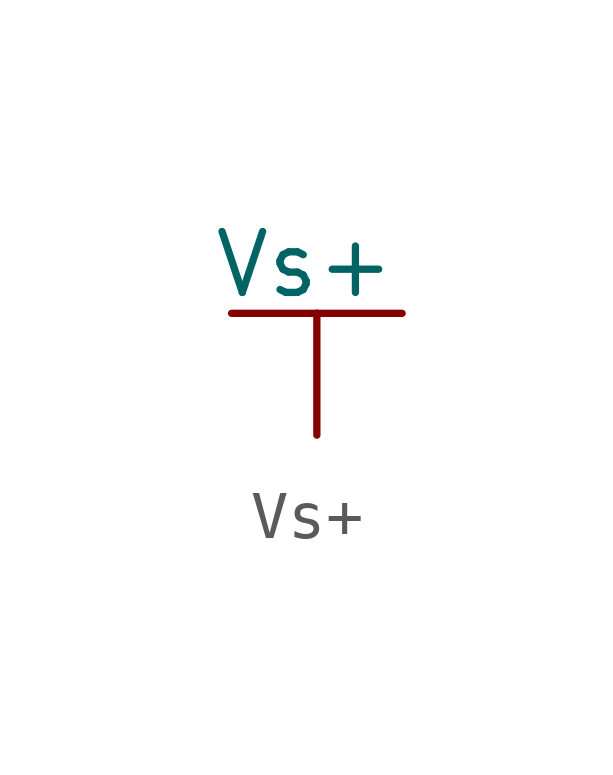
<source format=kicad_sym>
(kicad_symbol_lib
  (version 20231120)
  (generator "kicad_symbol_editor")
  (generator_version "8.0")
  (symbol "Vs+"
    (power)
    (pin_numbers hide)
    (pin_names
      (offset 0) hide)
    (property "Reference" "#PWR"
      (at 0 -3.81 0)
      (effects (font (size 1.27 1.27)) (hide yes)))
    (property "Value" "Vs+"
      (at -0.254 3.556 0)
      (effects (font (size 1.27 1.27))))
    (property "Footprint" ""
      (at 0 0 0)
      (effects (font (size 1.524 1.524))))
    (property "Datasheet" ""
      (at 0 0 0)
      (effects (font (size 1.524 1.524))))
    (symbol "Vs+_0_1"
      (polyline (pts (xy -1.778 2.54) (xy 0 2.54)) (stroke (width 0) (type default)) (fill (type none)))
      (polyline (pts (xy 0 0) (xy 0 2.54)) (stroke (width 0) (type default)) (fill (type none)))
      (polyline (pts (xy 0 2.54) (xy 1.778 2.54)) (stroke (width 0) (type default)) (fill (type none))))
    (symbol "Vs+_1_1"
      (pin power_in line (at 0 0 90) (length 0) hide (name "Vs+" (effects (font (size 1.27 1.27)))) (number "1" (effects (font (size 1.27 1.27))))))))
</source>
